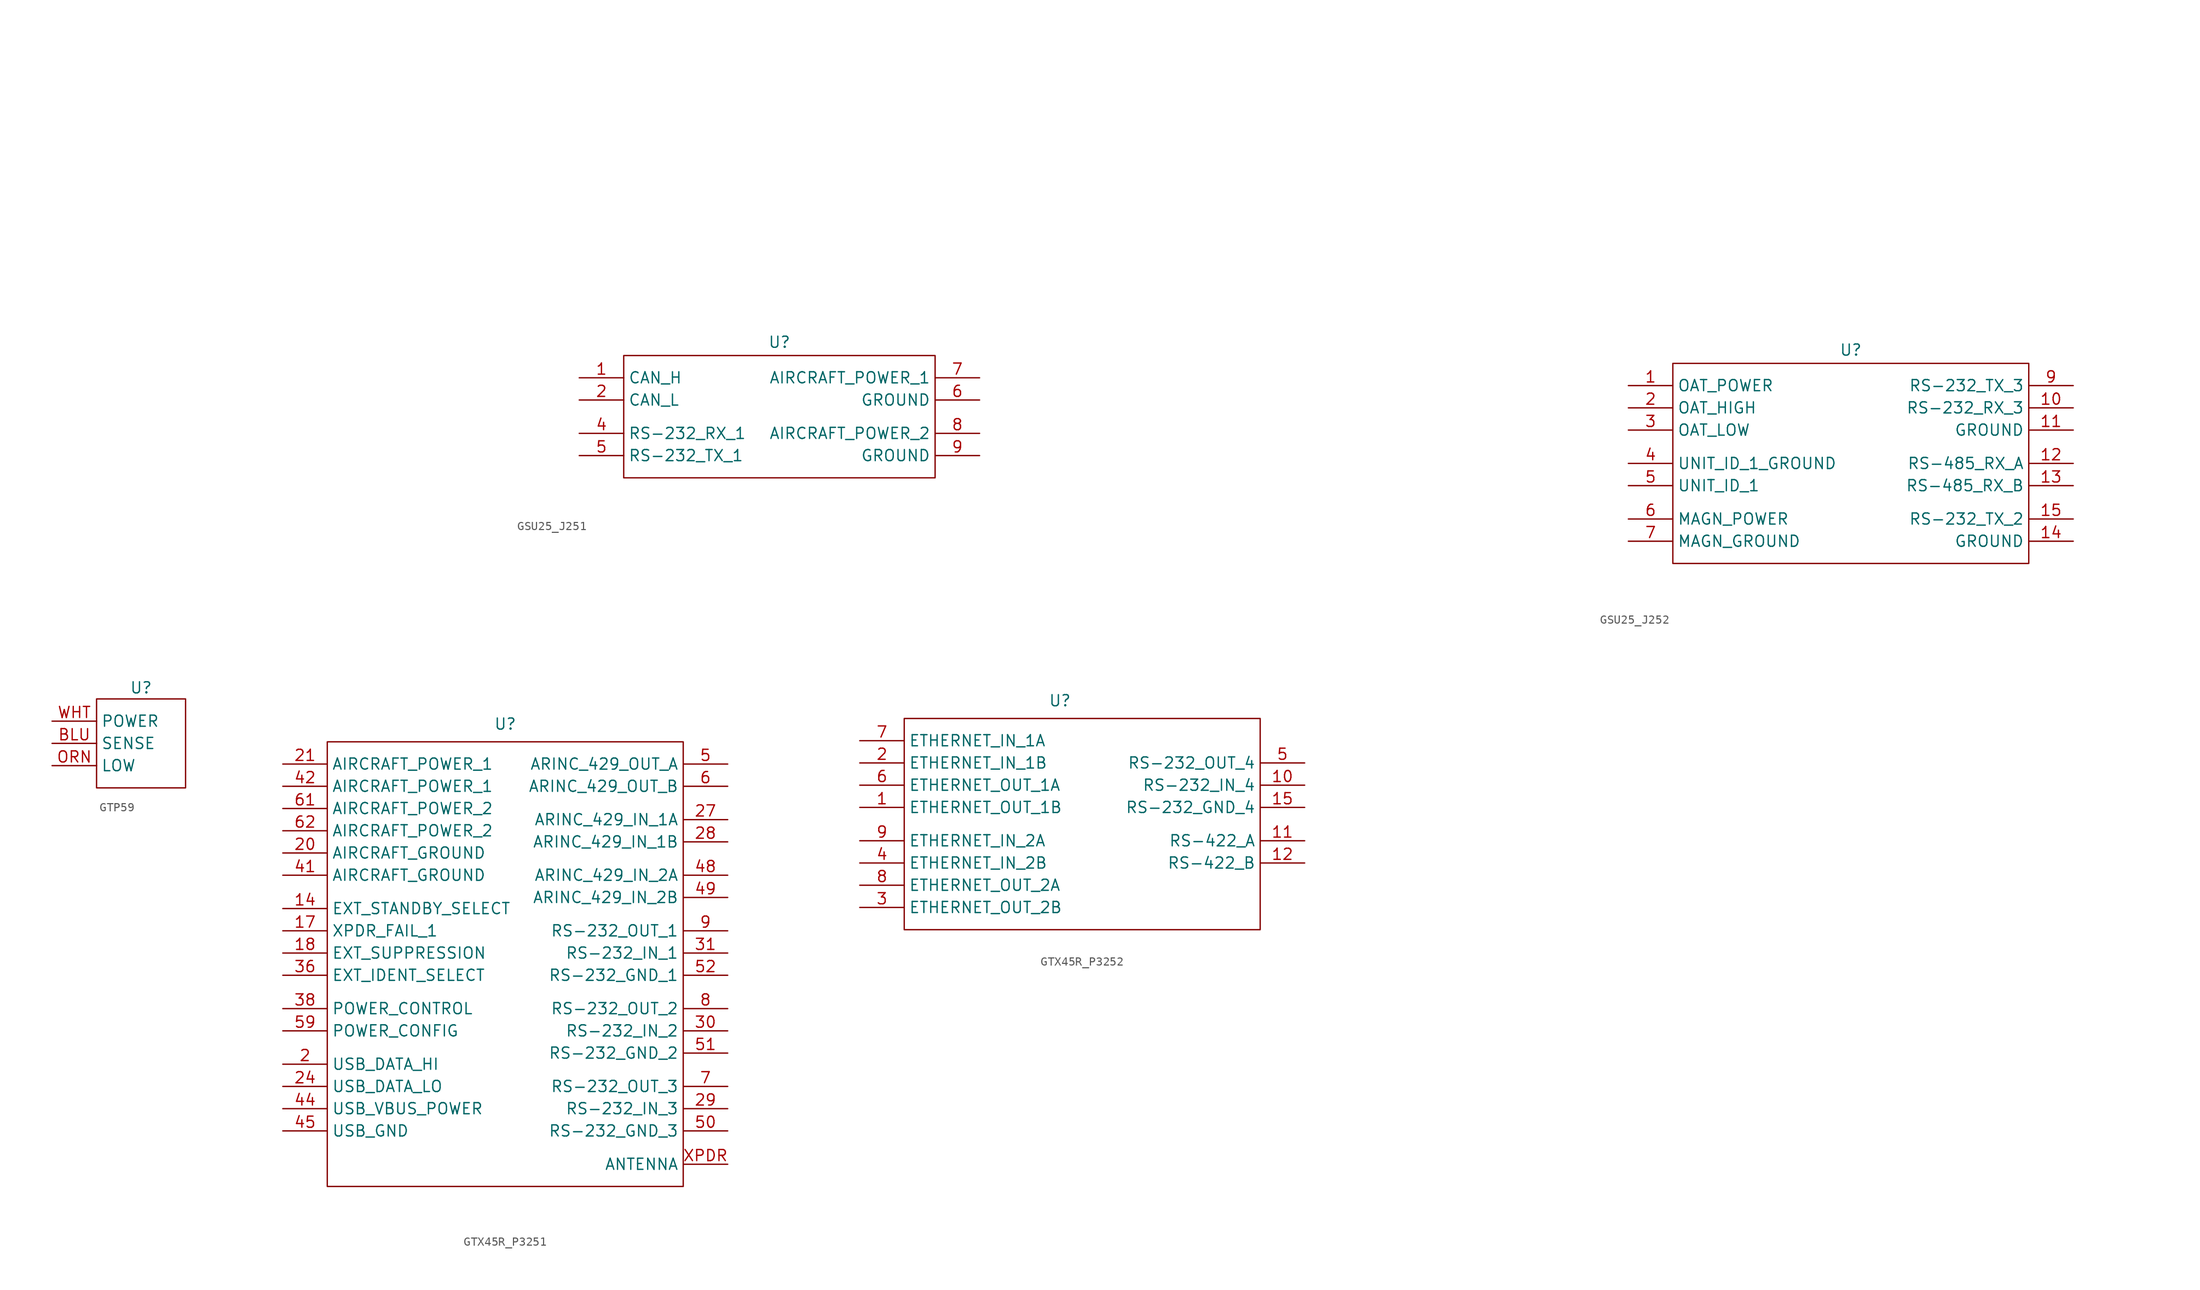
<source format=kicad_sym>
(kicad_symbol_lib
  (version 20241209)
  (generator "kicad_symbol_editor")
  (generator_version "9.0")
  (symbol "GSU25_J251"
    (property "Reference" "U"
      (at 0 11.684 0)
      (effects (font (size 1.27 1.27))))
    (property "Value" ""
      (at -74.93 41.91 0)
      (effects (font (size 1.27 1.27))))
    (symbol "GSU25_J251_1_0"
      (pin bidirectional line (at -22.86 7.62 0) (length 5.08) (name "CAN_H" (effects (font (size 1.27 1.27)))) (number "1" (effects (font (size 1.27 1.27)))))
      (pin bidirectional line (at -22.86 5.08 0) (length 5.08) (name "CAN_L" (effects (font (size 1.27 1.27)))) (number "2" (effects (font (size 1.27 1.27)))))
      (pin input line (at -22.86 1.27 0) (length 5.08) (name "RS-232_RX_1" (effects (font (size 1.27 1.27)))) (number "4" (effects (font (size 1.27 1.27)))))
      (pin output line (at -22.86 -1.27 0) (length 5.08) (name "RS-232_TX_1" (effects (font (size 1.27 1.27)))) (number "5" (effects (font (size 1.27 1.27)))))
      (pin power_in line (at 22.86 7.62 180) (length 5.08) (name "AIRCRAFT_POWER_1" (effects (font (size 1.27 1.27)))) (number "7" (effects (font (size 1.27 1.27)))))
      (pin unspecified line (at 22.86 5.08 180) (length 5.08) (name "GROUND" (effects (font (size 1.27 1.27)))) (number "6" (effects (font (size 1.27 1.27)))))
      (pin power_in line (at 22.86 1.27 180) (length 5.08) (name "AIRCRAFT_POWER_2" (effects (font (size 1.27 1.27)))) (number "8" (effects (font (size 1.27 1.27)))))
      (pin unspecified line (at 22.86 -1.27 180) (length 5.08) (name "GROUND" (effects (font (size 1.27 1.27)))) (number "9" (effects (font (size 1.27 1.27))))))
    (symbol "GSU25_J251_1_1"
      (rectangle (start -17.78 10.16) (end 17.78 -3.81) (stroke (width 0) (type default)) (fill (type none)))))
  (symbol "GSU25_J252"
    (property "Reference" "U"
      (at 0 11.684 0)
      (effects (font (size 1.27 1.27))))
    (property "Value" ""
      (at -74.93 41.91 0)
      (effects (font (size 1.27 1.27))))
    (symbol "GSU25_J252_1_0"
      (pin power_out line (at -25.4 7.62 0) (length 5.08) (name "OAT_POWER" (effects (font (size 1.27 1.27)))) (number "1" (effects (font (size 1.27 1.27)))))
      (pin input line (at -25.4 5.08 0) (length 5.08) (name "OAT_HIGH" (effects (font (size 1.27 1.27)))) (number "2" (effects (font (size 1.27 1.27)))))
      (pin input line (at -25.4 2.54 0) (length 5.08) (name "OAT_LOW" (effects (font (size 1.27 1.27)))) (number "3" (effects (font (size 1.27 1.27)))))
      (pin unspecified line (at -25.4 -1.27 0) (length 5.08) (name "UNIT_ID_1_GROUND" (effects (font (size 1.27 1.27)))) (number "4" (effects (font (size 1.27 1.27)))))
      (pin input line (at -25.4 -3.81 0) (length 5.08) (name "UNIT_ID_1" (effects (font (size 1.27 1.27)))) (number "5" (effects (font (size 1.27 1.27)))))
      (pin power_out line (at -25.4 -7.62 0) (length 5.08) (name "MAGN_POWER" (effects (font (size 1.27 1.27)))) (number "6" (effects (font (size 1.27 1.27)))))
      (pin power_out line (at -25.4 -10.16 0) (length 5.08) (name "MAGN_GROUND" (effects (font (size 1.27 1.27)))) (number "7" (effects (font (size 1.27 1.27)))))
      (pin output line (at 25.4 7.62 180) (length 5.08) (name "RS-232_TX_3" (effects (font (size 1.27 1.27)))) (number "9" (effects (font (size 1.27 1.27)))))
      (pin input line (at 25.4 5.08 180) (length 5.08) (name "RS-232_RX_3" (effects (font (size 1.27 1.27)))) (number "10" (effects (font (size 1.27 1.27)))))
      (pin unspecified line (at 25.4 2.54 180) (length 5.08) (name "GROUND" (effects (font (size 1.27 1.27)))) (number "11" (effects (font (size 1.27 1.27)))))
      (pin input line (at 25.4 -1.27 180) (length 5.08) (name "RS-485_RX_A" (effects (font (size 1.27 1.27)))) (number "12" (effects (font (size 1.27 1.27)))))
      (pin input line (at 25.4 -3.81 180) (length 5.08) (name "RS-485_RX_B" (effects (font (size 1.27 1.27)))) (number "13" (effects (font (size 1.27 1.27)))))
      (pin output line (at 25.4 -7.62 180) (length 5.08) (name "RS-232_TX_2" (effects (font (size 1.27 1.27)))) (number "15" (effects (font (size 1.27 1.27)))))
      (pin unspecified line (at 25.4 -10.16 180) (length 5.08) (name "GROUND" (effects (font (size 1.27 1.27)))) (number "14" (effects (font (size 1.27 1.27))))))
    (symbol "GSU25_J252_1_1"
      (rectangle (start -20.32 10.16) (end 20.32 -12.7) (stroke (width 0) (type default)) (fill (type none)))))
  (symbol "GTP59"
    (property "Reference" "U"
      (at 0 0 0)
      (effects (font (size 1.27 1.27))))
    (property "Value" ""
      (at 0 0 0)
      (effects (font (size 1.27 1.27))))
    (symbol "GTP59_0_1"
      (rectangle (start -5.08 -1.27) (end 5.08 -11.43) (stroke (width 0) (type default)) (fill (type none))))
    (symbol "GTP59_1_0"
      (pin power_in line (at -10.16 -3.81 0) (length 5.08) (name "POWER" (effects (font (size 1.27 1.27)))) (number "WHT" (effects (font (size 1.27 1.27)))))
      (pin output line (at -10.16 -6.35 0) (length 5.08) (name "SENSE" (effects (font (size 1.27 1.27)))) (number "BLU" (effects (font (size 1.27 1.27)))))
      (pin unspecified line (at -10.16 -8.89 0) (length 5.08) (name "LOW" (effects (font (size 1.27 1.27)))) (number "ORN" (effects (font (size 1.27 1.27)))))))
  (symbol "GTX45R_P3251"
    (property "Reference" "U"
      (at 0 14.732 0)
      (effects (font (size 1.27 1.27))))
    (property "Value" ""
      (at -8.89 15.24 0)
      (effects (font (size 1.27 1.27))))
    (symbol "GTX45R_P3251_1_0"
      (pin power_in line (at -25.4 10.16 0) (length 5.08) (name "AIRCRAFT_POWER_1" (effects (font (size 1.27 1.27)))) (number "21" (effects (font (size 1.27 1.27)))))
      (pin power_in line (at -25.4 7.62 0) (length 5.08) (name "AIRCRAFT_POWER_1" (effects (font (size 1.27 1.27)))) (number "42" (effects (font (size 1.27 1.27)))))
      (pin input line (at -25.4 2.54 0) (length 5.08) (name "AIRCRAFT_POWER_2" (effects (font (size 1.27 1.27)))) (number "62" (effects (font (size 1.27 1.27)))))
      (pin power_in line (at -25.4 0 0) (length 5.08) (name "AIRCRAFT_GROUND" (effects (font (size 1.27 1.27)))) (number "20" (effects (font (size 1.27 1.27)))))
      (pin power_in line (at -25.4 -2.54 0) (length 5.08) (name "AIRCRAFT_GROUND" (effects (font (size 1.27 1.27)))) (number "41" (effects (font (size 1.27 1.27)))))
      (pin output line (at -25.4 -6.35 0) (length 5.08) (name "EXT_STANDBY_SELECT" (effects (font (size 1.27 1.27)))) (number "14" (effects (font (size 1.27 1.27)))))
      (pin output line (at -25.4 -8.89 0) (length 5.08) (name "XPDR_FAIL_1" (effects (font (size 1.27 1.27)))) (number "17" (effects (font (size 1.27 1.27)))))
      (pin bidirectional line (at -25.4 -11.43 0) (length 5.08) (name "EXT_SUPPRESSION" (effects (font (size 1.27 1.27)))) (number "18" (effects (font (size 1.27 1.27)))))
      (pin input line (at -25.4 -13.97 0) (length 5.08) (name "EXT_IDENT_SELECT" (effects (font (size 1.27 1.27)))) (number "36" (effects (font (size 1.27 1.27)))))
      (pin input line (at -25.4 -17.78 0) (length 5.08) (name "POWER_CONTROL" (effects (font (size 1.27 1.27)))) (number "38" (effects (font (size 1.27 1.27)))))
      (pin input line (at -25.4 -20.32 0) (length 5.08) (name "POWER_CONFIG" (effects (font (size 1.27 1.27)))) (number "59" (effects (font (size 1.27 1.27)))))
      (pin bidirectional line (at -25.4 -24.13 0) (length 5.08) (name "USB_DATA_HI" (effects (font (size 1.27 1.27)))) (number "2" (effects (font (size 1.27 1.27)))))
      (pin bidirectional line (at -25.4 -26.67 0) (length 5.08) (name "USB_DATA_LO" (effects (font (size 1.27 1.27)))) (number "24" (effects (font (size 1.27 1.27)))))
      (pin power_in line (at -25.4 -29.21 0) (length 5.08) (name "USB_VBUS_POWER" (effects (font (size 1.27 1.27)))) (number "44" (effects (font (size 1.27 1.27)))))
      (pin unspecified line (at -25.4 -31.75 0) (length 5.08) (name "USB_GND" (effects (font (size 1.27 1.27)))) (number "45" (effects (font (size 1.27 1.27)))))
      (pin output line (at 25.4 10.16 180) (length 5.08) (name "ARINC_429_OUT_A" (effects (font (size 1.27 1.27)))) (number "5" (effects (font (size 1.27 1.27)))))
      (pin output line (at 25.4 7.62 180) (length 5.08) (name "ARINC_429_OUT_B" (effects (font (size 1.27 1.27)))) (number "6" (effects (font (size 1.27 1.27)))))
      (pin input line (at 25.4 3.81 180) (length 5.08) (name "ARINC_429_IN_1A" (effects (font (size 1.27 1.27)))) (number "27" (effects (font (size 1.27 1.27)))))
      (pin input line (at 25.4 1.27 180) (length 5.08) (name "ARINC_429_IN_1B" (effects (font (size 1.27 1.27)))) (number "28" (effects (font (size 1.27 1.27)))))
      (pin input line (at 25.4 -2.54 180) (length 5.08) (name "ARINC_429_IN_2A" (effects (font (size 1.27 1.27)))) (number "48" (effects (font (size 1.27 1.27)))))
      (pin input line (at 25.4 -5.08 180) (length 5.08) (name "ARINC_429_IN_2B" (effects (font (size 1.27 1.27)))) (number "49" (effects (font (size 1.27 1.27)))))
      (pin output line (at 25.4 -8.89 180) (length 5.08) (name "RS-232_OUT_1" (effects (font (size 1.27 1.27)))) (number "9" (effects (font (size 1.27 1.27)))))
      (pin input line (at 25.4 -11.43 180) (length 5.08) (name "RS-232_IN_1" (effects (font (size 1.27 1.27)))) (number "31" (effects (font (size 1.27 1.27)))))
      (pin unspecified line (at 25.4 -13.97 180) (length 5.08) (name "RS-232_GND_1" (effects (font (size 1.27 1.27)))) (number "52" (effects (font (size 1.27 1.27)))))
      (pin output line (at 25.4 -17.78 180) (length 5.08) (name "RS-232_OUT_2" (effects (font (size 1.27 1.27)))) (number "8" (effects (font (size 1.27 1.27)))))
      (pin input line (at 25.4 -20.32 180) (length 5.08) (name "RS-232_IN_2" (effects (font (size 1.27 1.27)))) (number "30" (effects (font (size 1.27 1.27)))))
      (pin unspecified line (at 25.4 -22.86 180) (length 5.08) (name "RS-232_GND_2" (effects (font (size 1.27 1.27)))) (number "51" (effects (font (size 1.27 1.27)))))
      (pin output line (at 25.4 -26.67 180) (length 5.08) (name "RS-232_OUT_3" (effects (font (size 1.27 1.27)))) (number "7" (effects (font (size 1.27 1.27)))))
      (pin input line (at 25.4 -29.21 180) (length 5.08) (name "RS-232_IN_3" (effects (font (size 1.27 1.27)))) (number "29" (effects (font (size 1.27 1.27)))))
      (pin unspecified line (at 25.4 -31.75 180) (length 5.08) (name "RS-232_GND_3" (effects (font (size 1.27 1.27)))) (number "50" (effects (font (size 1.27 1.27)))))
      (pin input line (at 25.4 -35.56 180) (length 5.08) (name "ANTENNA" (effects (font (size 1.27 1.27)))) (number "XPDR" (effects (font (size 1.27 1.27))))))
    (symbol "GTX45R_P3251_1_1"
      (rectangle (start -20.32 12.7) (end 20.32 -38.1) (stroke (width 0) (type default)) (fill (type none)))
      (pin input line (at -25.4 5.08 0) (length 5.08) (name "AIRCRAFT_POWER_2" (effects (font (size 1.27 1.27)))) (number "61" (effects (font (size 1.27 1.27)))))))
  (symbol "GTX45R_P3252"
    (property "Reference" "U"
      (at 0 14.732 0)
      (effects (font (size 1.27 1.27))))
    (property "Value" ""
      (at -8.89 15.24 0)
      (effects (font (size 1.27 1.27))))
    (symbol "GTX45R_P3252_1_0"
      (pin input line (at -22.86 10.16 0) (length 5.08) (name "ETHERNET_IN_1A" (effects (font (size 1.27 1.27)))) (number "7" (effects (font (size 1.27 1.27)))))
      (pin input line (at -22.86 7.62 0) (length 5.08) (name "ETHERNET_IN_1B" (effects (font (size 1.27 1.27)))) (number "2" (effects (font (size 1.27 1.27)))))
      (pin output line (at -22.86 5.08 0) (length 5.08) (name "ETHERNET_OUT_1A" (effects (font (size 1.27 1.27)))) (number "6" (effects (font (size 1.27 1.27)))))
      (pin output line (at -22.86 2.54 0) (length 5.08) (name "ETHERNET_OUT_1B" (effects (font (size 1.27 1.27)))) (number "1" (effects (font (size 1.27 1.27)))))
      (pin input line (at -22.86 -1.27 0) (length 5.08) (name "ETHERNET_IN_2A" (effects (font (size 1.27 1.27)))) (number "9" (effects (font (size 1.27 1.27)))))
      (pin input line (at -22.86 -3.81 0) (length 5.08) (name "ETHERNET_IN_2B" (effects (font (size 1.27 1.27)))) (number "4" (effects (font (size 1.27 1.27)))))
      (pin output line (at -22.86 -6.35 0) (length 5.08) (name "ETHERNET_OUT_2A" (effects (font (size 1.27 1.27)))) (number "8" (effects (font (size 1.27 1.27)))))
      (pin output line (at -22.86 -8.89 0) (length 5.08) (name "ETHERNET_OUT_2B" (effects (font (size 1.27 1.27)))) (number "3" (effects (font (size 1.27 1.27)))))
      (pin output line (at 27.94 7.62 180) (length 5.08) (name "RS-232_OUT_4" (effects (font (size 1.27 1.27)))) (number "5" (effects (font (size 1.27 1.27)))))
      (pin input line (at 27.94 5.08 180) (length 5.08) (name "RS-232_IN_4" (effects (font (size 1.27 1.27)))) (number "10" (effects (font (size 1.27 1.27)))))
      (pin unspecified line (at 27.94 2.54 180) (length 5.08) (name "RS-232_GND_4" (effects (font (size 1.27 1.27)))) (number "15" (effects (font (size 1.27 1.27)))))
      (pin bidirectional line (at 27.94 -1.27 180) (length 5.08) (name "RS-422_A" (effects (font (size 1.27 1.27)))) (number "11" (effects (font (size 1.27 1.27)))))
      (pin bidirectional line (at 27.94 -3.81 180) (length 5.08) (name "RS-422_B" (effects (font (size 1.27 1.27)))) (number "12" (effects (font (size 1.27 1.27))))))
    (symbol "GTX45R_P3252_1_1"
      (rectangle (start -17.78 12.7) (end 22.86 -11.43) (stroke (width 0) (type default)) (fill (type none))))))
</source>
